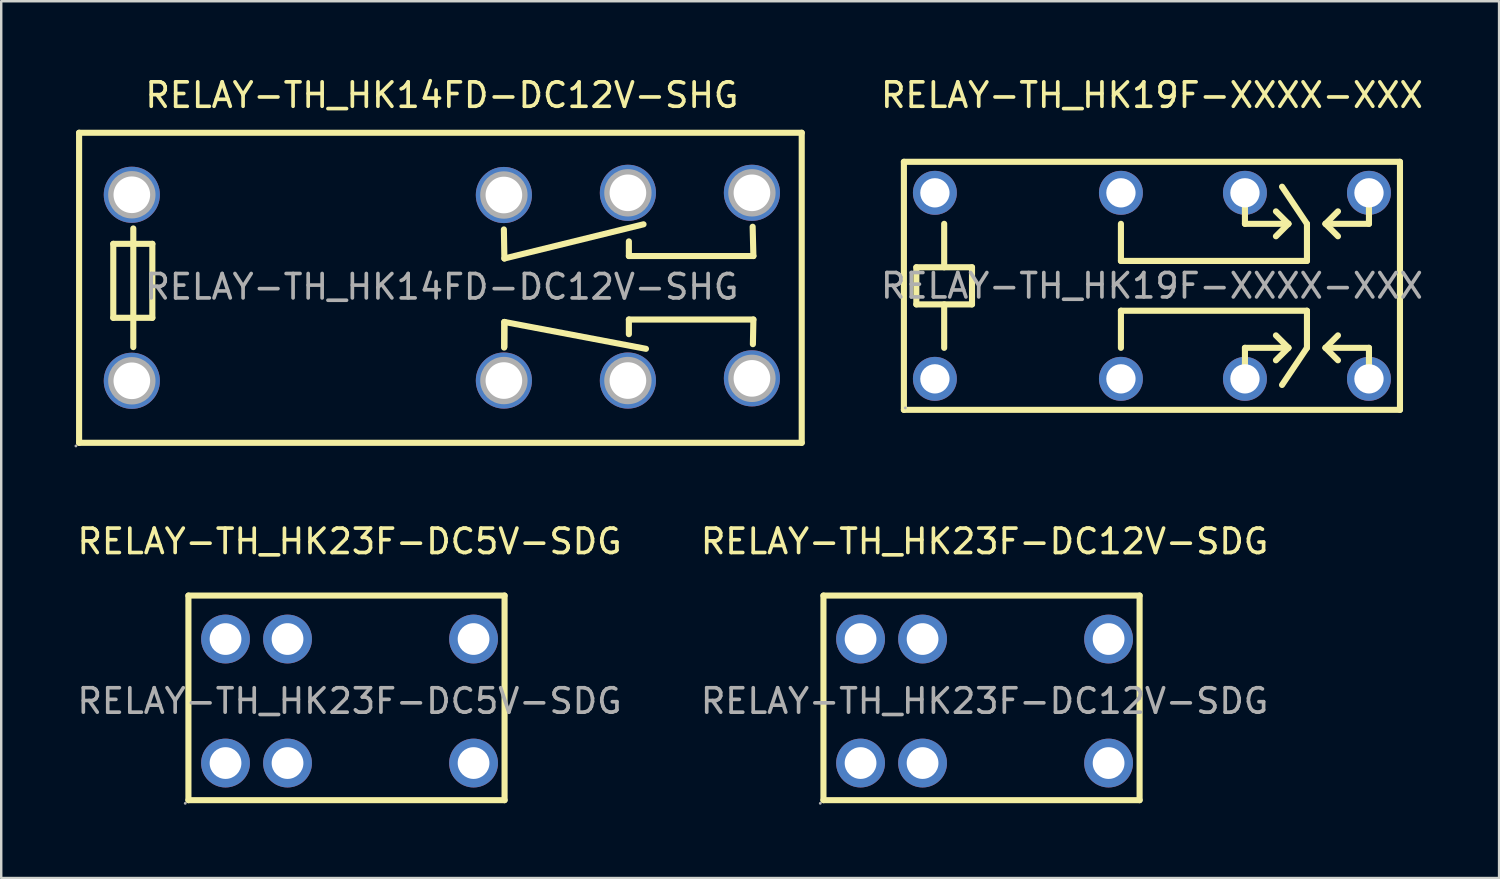
<source format=kicad_pcb>
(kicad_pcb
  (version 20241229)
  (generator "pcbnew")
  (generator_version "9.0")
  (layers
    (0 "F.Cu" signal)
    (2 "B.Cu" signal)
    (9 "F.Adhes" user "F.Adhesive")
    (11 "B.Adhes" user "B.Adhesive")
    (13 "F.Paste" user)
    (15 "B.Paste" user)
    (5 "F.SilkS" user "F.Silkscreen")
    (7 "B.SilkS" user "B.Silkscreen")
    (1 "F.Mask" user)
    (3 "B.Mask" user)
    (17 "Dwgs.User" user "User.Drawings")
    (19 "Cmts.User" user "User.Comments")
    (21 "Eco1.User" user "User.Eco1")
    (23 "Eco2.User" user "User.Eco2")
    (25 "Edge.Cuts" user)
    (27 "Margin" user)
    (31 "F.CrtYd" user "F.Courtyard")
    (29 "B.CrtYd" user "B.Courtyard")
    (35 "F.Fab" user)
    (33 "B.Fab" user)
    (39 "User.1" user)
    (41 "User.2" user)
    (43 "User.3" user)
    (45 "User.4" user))
  (footprint "RELAY-TH_HK14FD-DC12V-SHG"
    (layer "F.Cu")
    (at 15.05 8.698)
    (property "Reference" "RELAY-TH_HK14FD-DC12V-SHG" (at 0 -7.85 0) (layer "F.SilkS") (effects (font (size 1 1) (thickness 0.15))))
    (attr through_hole)
    (fp_line (start -14.86 -6.31) (end 14.74 -6.31) (stroke (width 0.25) (type solid)) (layer "F.SilkS"))
    (fp_line (start -14.86 6.39) (end -14.86 -6.31) (stroke (width 0.25) (type solid)) (layer "F.SilkS"))
    (fp_line (start -13.46 -1.76) (end -11.86 -1.76) (stroke (width 0.25) (type solid)) (layer "F.SilkS"))
    (fp_line (start -13.46 1.27) (end -13.46 -1.76) (stroke (width 0.25) (type solid)) (layer "F.SilkS"))
    (fp_line (start -12.64 -2.39) (end -12.64 2.47) (stroke (width 0.25) (type solid)) (layer "F.SilkS"))
    (fp_line (start -11.86 -1.76) (end -11.86 1.27) (stroke (width 0.25) (type solid)) (layer "F.SilkS"))
    (fp_line (start -11.86 1.27) (end -13.46 1.27) (stroke (width 0.25) (type solid)) (layer "F.SilkS"))
    (fp_line (start 2.54 -2.35) (end 2.56 -1.16) (stroke (width 0.25) (type solid)) (layer "F.SilkS"))
    (fp_line (start 2.55 2.49) (end 2.56 1.44) (stroke (width 0.25) (type solid)) (layer "F.SilkS"))
    (fp_line (start 2.56 -1.16) (end 8.26 -2.56) (stroke (width 0.25) (type solid)) (layer "F.SilkS"))
    (fp_line (start 2.56 1.44) (end 2.56 2.46) (stroke (width 0.25) (type solid)) (layer "F.SilkS"))
    (fp_line (start 2.56 1.44) (end 8.36 2.54) (stroke (width 0.25) (type solid)) (layer "F.SilkS"))
    (fp_line (start 7.66 -1.26) (end 7.66 -1.86) (stroke (width 0.25) (type solid)) (layer "F.SilkS"))
    (fp_line (start 7.66 1.34) (end 7.66 1.94) (stroke (width 0.25) (type solid)) (layer "F.SilkS"))
    (fp_line (start 12.73 -2.46) (end 12.76 -1.26) (stroke (width 0.25) (type solid)) (layer "F.SilkS"))
    (fp_line (start 12.74 2.35) (end 12.76 1.34) (stroke (width 0.25) (type solid)) (layer "F.SilkS"))
    (fp_line (start 12.76 -1.26) (end 7.66 -1.26) (stroke (width 0.25) (type solid)) (layer "F.SilkS"))
    (fp_line (start 12.76 1.34) (end 7.66 1.34) (stroke (width 0.25) (type solid)) (layer "F.SilkS"))
    (fp_line (start 14.74 -6.31) (end 14.74 6.39) (stroke (width 0.25) (type solid)) (layer "F.SilkS"))
    (fp_line (start 14.74 6.39) (end -14.86 6.39) (stroke (width 0.25) (type solid)) (layer "F.SilkS"))
    (fp_circle (center -14.99 6.52) (end -14.96 6.52) (stroke (width 0.06) (type solid)) (fill no) (layer "F.Fab"))
    (fp_circle (center -12.7 -3.77) (end -12.38 -3.77) (stroke (width 0.65) (type solid)) (fill no) (layer "F.Fab"))
    (fp_circle (center -12.7 3.85) (end -12.38 3.85) (stroke (width 0.65) (type solid)) (fill no) (layer "F.Fab"))
    (fp_circle (center 2.54 -3.76) (end 2.86 -3.76) (stroke (width 0.65) (type solid)) (fill no) (layer "F.Fab"))
    (fp_circle (center 2.54 3.84) (end 2.86 3.84) (stroke (width 0.65) (type solid)) (fill no) (layer "F.Fab"))
    (fp_circle (center 7.62 -3.85) (end 7.94 -3.85) (stroke (width 0.65) (type solid)) (fill no) (layer "F.Fab"))
    (fp_circle (center 7.62 3.84) (end 7.94 3.84) (stroke (width 0.65) (type solid)) (fill no) (layer "F.Fab"))
    (fp_circle (center 12.7 -3.85) (end 13.02 -3.85) (stroke (width 0.65) (type solid)) (fill no) (layer "F.Fab"))
    (fp_circle (center 12.7 3.75) (end 13.02 3.75) (stroke (width 0.65) (type solid)) (fill no) (layer "F.Fab"))
    (fp_text user "${REFERENCE}" (at 0 0 0) (layer "F.Fab") (effects (font (size 1 1) (thickness 0.15))))
    (pad "1" thru_hole circle (at -12.7 3.85) (size 2.3 2.3) (drill 1.5) (layers "*.Cu" "*.Paste" "*.Mask"))
    (pad "4" thru_hole circle (at 2.54 3.84) (size 2.3 2.3) (drill 1.5) (layers "*.Cu" "*.Paste" "*.Mask"))
    (pad "5" thru_hole circle (at 7.62 3.84) (size 2.3 2.3) (drill 1.5) (layers "*.Cu" "*.Paste" "*.Mask"))
    (pad "6" thru_hole circle (at 12.7 3.75) (size 2.3 2.3) (drill 1.5) (layers "*.Cu" "*.Paste" "*.Mask"))
    (pad "7" thru_hole circle (at 12.7 -3.85) (size 2.3 2.3) (drill 1.5) (layers "*.Cu" "*.Paste" "*.Mask"))
    (pad "8" thru_hole circle (at 7.62 -3.85) (size 2.3 2.3) (drill 1.5) (layers "*.Cu" "*.Paste" "*.Mask"))
    (pad "9" thru_hole circle (at 2.54 -3.76) (size 2.3 2.3) (drill 1.5) (layers "*.Cu" "*.Paste" "*.Mask"))
    (pad "12" thru_hole circle (at -12.7 -3.77) (size 2.3 2.3) (drill 1.5) (layers "*.Cu" "*.Paste" "*.Mask")))
  (footprint "RELAY-TH_HK19F-XXXX-XXX"
    (layer "F.Cu")
    (at 44.135 8.658)
    (property "Reference" "RELAY-TH_HK19F-XXXX-XXX" (at 0 -7.81 0) (layer "F.SilkS") (effects (font (size 1 1) (thickness 0.15))))
    (attr through_hole)
    (fp_line (start -10.16 -5.08) (end -10.16 5.08) (stroke (width 0.25) (type solid)) (layer "F.SilkS"))
    (fp_line (start -10.16 -5.08) (end 10.16 -5.08) (stroke (width 0.25) (type solid)) (layer "F.SilkS"))
    (fp_line (start -10.16 5.08) (end 10.16 5.08) (stroke (width 0.25) (type solid)) (layer "F.SilkS"))
    (fp_line (start -9.65 -0.76) (end -7.37 -0.76) (stroke (width 0.25) (type solid)) (layer "F.SilkS"))
    (fp_line (start -9.65 0.76) (end -9.65 -0.76) (stroke (width 0.25) (type solid)) (layer "F.SilkS"))
    (fp_line (start -8.51 -0.76) (end -8.51 -2.54) (stroke (width 0.25) (type solid)) (layer "F.SilkS"))
    (fp_line (start -8.51 0.76) (end -8.51 2.54) (stroke (width 0.25) (type solid)) (layer "F.SilkS"))
    (fp_line (start -7.37 -0.76) (end -7.37 0.76) (stroke (width 0.25) (type solid)) (layer "F.SilkS"))
    (fp_line (start -7.37 0.76) (end -9.65 0.76) (stroke (width 0.25) (type solid)) (layer "F.SilkS"))
    (fp_line (start -1.27 -2.54) (end -1.27 -1.02) (stroke (width 0.25) (type solid)) (layer "F.SilkS"))
    (fp_line (start -1.27 -1.02) (end 6.35 -1.02) (stroke (width 0.25) (type solid)) (layer "F.SilkS"))
    (fp_line (start -1.27 1.02) (end 6.35 1.02) (stroke (width 0.25) (type solid)) (layer "F.SilkS"))
    (fp_line (start -1.27 2.54) (end -1.27 1.02) (stroke (width 0.25) (type solid)) (layer "F.SilkS"))
    (fp_line (start 3.81 -3.3) (end 3.81 -2.54) (stroke (width 0.25) (type solid)) (layer "F.SilkS"))
    (fp_line (start 3.81 -2.54) (end 5.59 -2.54) (stroke (width 0.25) (type solid)) (layer "F.SilkS"))
    (fp_line (start 3.81 2.54) (end 5.59 2.54) (stroke (width 0.25) (type solid)) (layer "F.SilkS"))
    (fp_line (start 3.81 3.3) (end 3.81 2.54) (stroke (width 0.25) (type solid)) (layer "F.SilkS"))
    (fp_line (start 5.59 -2.54) (end 5.08 -3.05) (stroke (width 0.25) (type solid)) (layer "F.SilkS"))
    (fp_line (start 5.59 -2.54) (end 5.08 -2.03) (stroke (width 0.25) (type solid)) (layer "F.SilkS"))
    (fp_line (start 5.59 2.54) (end 5.08 2.03) (stroke (width 0.25) (type solid)) (layer "F.SilkS"))
    (fp_line (start 5.59 2.54) (end 5.08 3.05) (stroke (width 0.25) (type solid)) (layer "F.SilkS"))
    (fp_line (start 6.35 -2.54) (end 5.33 -4.06) (stroke (width 0.25) (type solid)) (layer "F.SilkS"))
    (fp_line (start 6.35 -1.02) (end 6.35 -2.54) (stroke (width 0.25) (type solid)) (layer "F.SilkS"))
    (fp_line (start 6.35 1.02) (end 6.35 2.54) (stroke (width 0.25) (type solid)) (layer "F.SilkS"))
    (fp_line (start 6.35 2.54) (end 5.33 4.06) (stroke (width 0.25) (type solid)) (layer "F.SilkS"))
    (fp_line (start 7.11 -2.54) (end 7.62 -3.05) (stroke (width 0.25) (type solid)) (layer "F.SilkS"))
    (fp_line (start 7.11 -2.54) (end 7.62 -2.03) (stroke (width 0.25) (type solid)) (layer "F.SilkS"))
    (fp_line (start 7.11 2.54) (end 7.62 2.03) (stroke (width 0.25) (type solid)) (layer "F.SilkS"))
    (fp_line (start 7.11 2.54) (end 7.62 3.05) (stroke (width 0.25) (type solid)) (layer "F.SilkS"))
    (fp_line (start 8.89 -3.3) (end 8.89 -2.54) (stroke (width 0.25) (type solid)) (layer "F.SilkS"))
    (fp_line (start 8.89 -2.54) (end 7.11 -2.54) (stroke (width 0.25) (type solid)) (layer "F.SilkS"))
    (fp_line (start 8.89 2.54) (end 7.11 2.54) (stroke (width 0.25) (type solid)) (layer "F.SilkS"))
    (fp_line (start 8.89 3.3) (end 8.89 2.54) (stroke (width 0.25) (type solid)) (layer "F.SilkS"))
    (fp_line (start 10.16 -5.08) (end 10.16 5.08) (stroke (width 0.25) (type solid)) (layer "F.SilkS"))
    (fp_circle (center -10.1 5) (end -10.07 5) (stroke (width 0.06) (type solid)) (fill no) (layer "F.Fab"))
    (fp_text user "${REFERENCE}" (at 0 0 0) (layer "F.Fab") (effects (font (size 1 1) (thickness 0.15))))
    (pad "1" thru_hole circle (at -8.89 3.81) (size 1.8 1.8) (drill 1.2) (layers "*.Cu" "*.Paste" "*.Mask"))
    (pad "4" thru_hole circle (at -1.27 3.81) (size 1.8 1.8) (drill 1.2) (layers "*.Cu" "*.Paste" "*.Mask"))
    (pad "6" thru_hole circle (at 3.81 3.81) (size 1.8 1.8) (drill 1.2) (layers "*.Cu" "*.Paste" "*.Mask"))
    (pad "8" thru_hole circle (at 8.89 3.81) (size 1.8 1.8) (drill 1.2) (layers "*.Cu" "*.Paste" "*.Mask"))
    (pad "9" thru_hole circle (at 8.89 -3.81) (size 1.8 1.8) (drill 1.2) (layers "*.Cu" "*.Paste" "*.Mask"))
    (pad "11" thru_hole circle (at 3.81 -3.81) (size 1.8 1.8) (drill 1.2) (layers "*.Cu" "*.Paste" "*.Mask"))
    (pad "13" thru_hole circle (at -1.27 -3.81) (size 1.8 1.8) (drill 1.2) (layers "*.Cu" "*.Paste" "*.Mask"))
    (pad "16" thru_hole circle (at -8.89 -3.81) (size 1.8 1.8) (drill 1.2) (layers "*.Cu" "*.Paste" "*.Mask")))
  (footprint "RELAY-TH_HK23F-DC5V-SDG"
    (layer "F.Cu")
    (at 11.268 25.666)
    (property "Reference" "RELAY-TH_HK23F-DC5V-SDG" (at 0 -6.54 0) (layer "F.SilkS") (effects (font (size 1 1) (thickness 0.15))))
    (attr through_hole)
    (fp_line (start -6.6 -4.32) (end 6.35 -4.32) (stroke (width 0.25) (type solid)) (layer "F.SilkS"))
    (fp_line (start -6.6 4.06) (end -6.6 -4.32) (stroke (width 0.25) (type solid)) (layer "F.SilkS"))
    (fp_line (start 6.35 -4.32) (end 6.35 4.06) (stroke (width 0.25) (type solid)) (layer "F.SilkS"))
    (fp_line (start 6.35 4.06) (end -6.6 4.06) (stroke (width 0.25) (type solid)) (layer "F.SilkS"))
    (fp_circle (center -6.73 4.19) (end -6.7 4.19) (stroke (width 0.06) (type solid)) (fill no) (layer "F.Fab"))
    (fp_circle (center -5.08 -2.54) (end -4.8 -2.54) (stroke (width 0.55) (type solid)) (fill no) (layer "F.Fab"))
    (fp_circle (center -5.08 2.54) (end -4.8 2.54) (stroke (width 0.55) (type solid)) (fill no) (layer "F.Fab"))
    (fp_circle (center -2.54 -2.54) (end -2.26 -2.54) (stroke (width 0.55) (type solid)) (fill no) (layer "F.Fab"))
    (fp_circle (center -2.54 2.54) (end -2.26 2.54) (stroke (width 0.55) (type solid)) (fill no) (layer "F.Fab"))
    (fp_circle (center 5.08 -2.54) (end 5.36 -2.54) (stroke (width 0.55) (type solid)) (fill no) (layer "F.Fab"))
    (fp_circle (center 5.08 2.54) (end 5.36 2.54) (stroke (width 0.55) (type solid)) (fill no) (layer "F.Fab"))
    (fp_text user "${REFERENCE}" (at 0 0 0) (layer "F.Fab") (effects (font (size 1 1) (thickness 0.15))))
    (pad "1" thru_hole circle (at -5.08 2.54) (size 2 2) (drill 1.3) (layers "*.Cu" "*.Paste" "*.Mask"))
    (pad "2" thru_hole circle (at -2.54 2.54) (size 2 2) (drill 1.3) (layers "*.Cu" "*.Paste" "*.Mask"))
    (pad "5" thru_hole circle (at 5.08 2.54) (size 2 2) (drill 1.3) (layers "*.Cu" "*.Paste" "*.Mask"))
    (pad "6" thru_hole circle (at 5.08 -2.54) (size 2 2) (drill 1.3) (layers "*.Cu" "*.Paste" "*.Mask"))
    (pad "9" thru_hole circle (at -2.54 -2.54) (size 2 2) (drill 1.3) (layers "*.Cu" "*.Paste" "*.Mask"))
    (pad "10" thru_hole circle (at -5.08 -2.54) (size 2 2) (drill 1.3) (layers "*.Cu" "*.Paste" "*.Mask")))
  (footprint "RELAY-TH_HK23F-DC12V-SDG"
    (layer "F.Cu")
    (at 37.28 25.666)
    (property "Reference" "RELAY-TH_HK23F-DC12V-SDG" (at 0 -6.54 0) (layer "F.SilkS") (effects (font (size 1 1) (thickness 0.15))))
    (attr through_hole)
    (fp_line (start -6.6 -4.32) (end 6.35 -4.32) (stroke (width 0.25) (type solid)) (layer "F.SilkS"))
    (fp_line (start -6.6 4.06) (end -6.6 -4.32) (stroke (width 0.25) (type solid)) (layer "F.SilkS"))
    (fp_line (start 6.35 -4.32) (end 6.35 4.06) (stroke (width 0.25) (type solid)) (layer "F.SilkS"))
    (fp_line (start 6.35 4.06) (end -6.6 4.06) (stroke (width 0.25) (type solid)) (layer "F.SilkS"))
    (fp_circle (center -6.73 4.19) (end -6.7 4.19) (stroke (width 0.06) (type solid)) (fill no) (layer "F.Fab"))
    (fp_circle (center -5.08 -2.54) (end -4.8 -2.54) (stroke (width 0.55) (type solid)) (fill no) (layer "F.Fab"))
    (fp_circle (center -5.08 2.54) (end -4.8 2.54) (stroke (width 0.55) (type solid)) (fill no) (layer "F.Fab"))
    (fp_circle (center -2.54 -2.54) (end -2.26 -2.54) (stroke (width 0.55) (type solid)) (fill no) (layer "F.Fab"))
    (fp_circle (center -2.54 2.54) (end -2.26 2.54) (stroke (width 0.55) (type solid)) (fill no) (layer "F.Fab"))
    (fp_circle (center 5.08 -2.54) (end 5.36 -2.54) (stroke (width 0.55) (type solid)) (fill no) (layer "F.Fab"))
    (fp_circle (center 5.08 2.54) (end 5.36 2.54) (stroke (width 0.55) (type solid)) (fill no) (layer "F.Fab"))
    (fp_text user "${REFERENCE}" (at 0 0 0) (layer "F.Fab") (effects (font (size 1 1) (thickness 0.15))))
    (pad "1" thru_hole circle (at -5.08 2.54) (size 2 2) (drill 1.3) (layers "*.Cu" "*.Paste" "*.Mask"))
    (pad "2" thru_hole circle (at -2.54 2.54) (size 2 2) (drill 1.3) (layers "*.Cu" "*.Paste" "*.Mask"))
    (pad "5" thru_hole circle (at 5.08 2.54) (size 2 2) (drill 1.3) (layers "*.Cu" "*.Paste" "*.Mask"))
    (pad "6" thru_hole circle (at 5.08 -2.54) (size 2 2) (drill 1.3) (layers "*.Cu" "*.Paste" "*.Mask"))
    (pad "9" thru_hole circle (at -2.54 -2.54) (size 2 2) (drill 1.3) (layers "*.Cu" "*.Paste" "*.Mask"))
    (pad "10" thru_hole circle (at -5.08 -2.54) (size 2 2) (drill 1.3) (layers "*.Cu" "*.Paste" "*.Mask")))
  (gr_rect
    (start -3 -3)
    (end 58.355 32.916)
    (stroke (width 0.1) (type default))
    (fill no)
    (layer "Edge.Cuts")))
</source>
